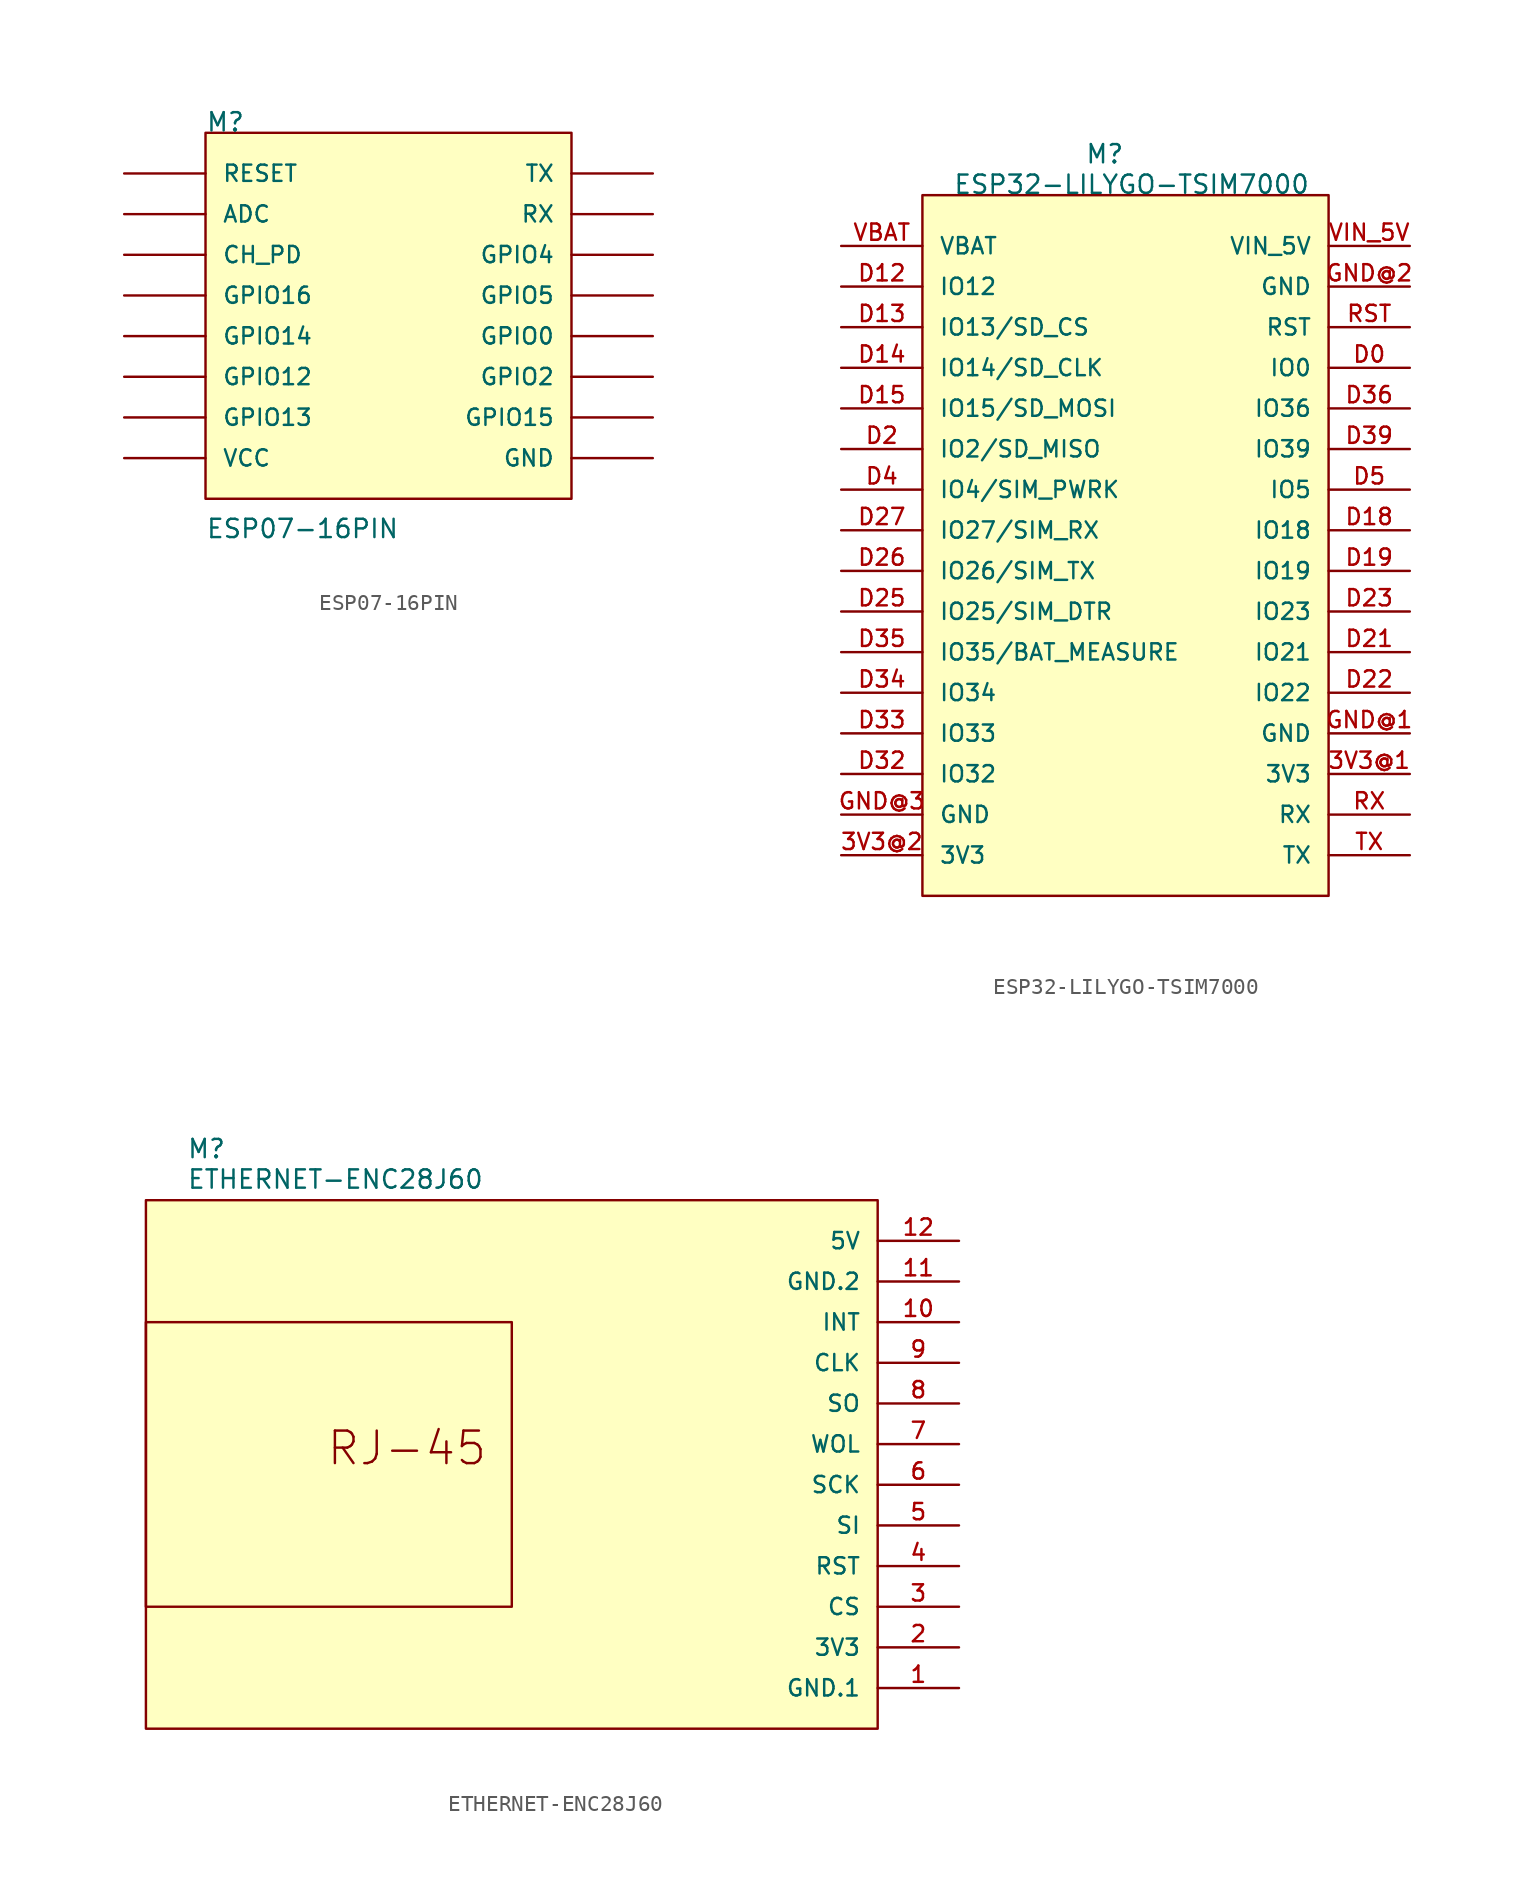
<source format=kicad_sym>
(kicad_symbol_lib
  (version 20211014)
  (generator kicad_symbol_editor)
  (symbol "ESP07-16PIN"
    (pin_numbers hide)
    (pin_names
      (offset 1.016))
    (property "Reference" "M"
      (at -11.43 11.43 0)
      (effects (font (size 1.143 1.143)) (justify left bottom)))
    (property "Value" "ESP07-16PIN"
      (at -11.43 -13.97 0)
      (effects (font (size 1.143 1.143)) (justify left bottom)))
    (property "ki_locked" ""
      (at 0 0 0)
      (effects (font (size 1.27 1.27))))
    (symbol "ESP07-16PIN_1_1"
      (rectangle (start -11.43 11.43) (end 11.43 -11.43) (stroke (width 0) (type default) (color 0 0 0 0)) (fill (type background)))
      (pin bidirectional line (at -16.51 6.35 0) (length 5.08) (name "ADC" (effects (font (size 1.016 1.016)))) (number "ADC" (effects (font (size 1.016 1.016)))))
      (pin bidirectional line (at -16.51 3.81 0) (length 5.08) (name "CH_PD" (effects (font (size 1.016 1.016)))) (number "CH_PD" (effects (font (size 1.016 1.016)))))
      (pin bidirectional line (at 16.51 -8.89 180) (length 5.08) (name "GND" (effects (font (size 1.016 1.016)))) (number "GND" (effects (font (size 1.016 1.016)))))
      (pin bidirectional line (at 16.51 -1.27 180) (length 5.08) (name "GPIO0" (effects (font (size 1.016 1.016)))) (number "GPIO0" (effects (font (size 1.016 1.016)))))
      (pin bidirectional line (at -16.51 -3.81 0) (length 5.08) (name "GPIO12" (effects (font (size 1.016 1.016)))) (number "GPIO12" (effects (font (size 1.016 1.016)))))
      (pin bidirectional line (at -16.51 -6.35 0) (length 5.08) (name "GPIO13" (effects (font (size 1.016 1.016)))) (number "GPIO13" (effects (font (size 1.016 1.016)))))
      (pin bidirectional line (at -16.51 -1.27 0) (length 5.08) (name "GPIO14" (effects (font (size 1.016 1.016)))) (number "GPIO14" (effects (font (size 1.016 1.016)))))
      (pin bidirectional line (at 16.51 -6.35 180) (length 5.08) (name "GPIO15" (effects (font (size 1.016 1.016)))) (number "GPIO15" (effects (font (size 1.016 1.016)))))
      (pin bidirectional line (at -16.51 1.27 0) (length 5.08) (name "GPIO16" (effects (font (size 1.016 1.016)))) (number "GPIO16" (effects (font (size 1.016 1.016)))))
      (pin bidirectional line (at 16.51 -3.81 180) (length 5.08) (name "GPIO2" (effects (font (size 1.016 1.016)))) (number "GPIO2" (effects (font (size 1.016 1.016)))))
      (pin bidirectional line (at 16.51 3.81 180) (length 5.08) (name "GPIO4" (effects (font (size 1.016 1.016)))) (number "GPIO4" (effects (font (size 1.016 1.016)))))
      (pin bidirectional line (at 16.51 1.27 180) (length 5.08) (name "GPIO5" (effects (font (size 1.016 1.016)))) (number "GPIO5" (effects (font (size 1.016 1.016)))))
      (pin bidirectional line (at -16.51 8.89 0) (length 5.08) (name "RESET" (effects (font (size 1.016 1.016)))) (number "REST" (effects (font (size 1.016 1.016)))))
      (pin bidirectional line (at 16.51 6.35 180) (length 5.08) (name "RX" (effects (font (size 1.016 1.016)))) (number "RX" (effects (font (size 1.016 1.016)))))
      (pin bidirectional line (at 16.51 8.89 180) (length 5.08) (name "TX" (effects (font (size 1.016 1.016)))) (number "TX" (effects (font (size 1.016 1.016)))))
      (pin bidirectional line (at -16.51 -8.89 0) (length 5.08) (name "VCC" (effects (font (size 1.016 1.016)))) (number "VCC" (effects (font (size 1.016 1.016)))))))
  (symbol "ESP32-LILYGO-TSIM7000"
    (pin_names
      (offset 1.016))
    (property "Reference" "M"
      (at -2.54 26.67 0)
      (effects (font (size 1.143 1.143)) (justify left bottom)))
    (property "Value" "ESP32-LILYGO-TSIM7000"
      (at -10.795 24.765 0)
      (effects (font (size 1.143 1.143)) (justify left bottom)))
    (symbol "ESP32-LILYGO-TSIM7000_1_0"
      (rectangle (start -12.7 24.765) (end 12.7 -19.05) (stroke (width 0) (type default) (color 0 0 0 0)) (fill (type background))))
    (symbol "ESP32-LILYGO-TSIM7000_1_1"
      (pin bidirectional line (at 17.78 -11.43 180) (length 5.08) (name "3V3" (effects (font (size 1.016 1.016)))) (number "3V3@1" (effects (font (size 1.016 1.016)))))
      (pin bidirectional line (at -17.78 -16.51 0) (length 5.08) (name "3V3" (effects (font (size 1.016 1.016)))) (number "3V3@2" (effects (font (size 1.016 1.016)))))
      (pin bidirectional line (at 17.78 13.97 180) (length 5.08) (name "IO0" (effects (font (size 1.016 1.016)))) (number "D0" (effects (font (size 1.016 1.016)))))
      (pin bidirectional line (at -17.78 19.05 0) (length 5.08) (name "IO12" (effects (font (size 1.016 1.016)))) (number "D12" (effects (font (size 1.016 1.016)))))
      (pin bidirectional line (at -17.78 16.51 0) (length 5.08) (name "IO13/SD_CS" (effects (font (size 1.016 1.016)))) (number "D13" (effects (font (size 1.016 1.016)))))
      (pin bidirectional line (at -17.78 13.97 0) (length 5.08) (name "IO14/SD_CLK" (effects (font (size 1.016 1.016)))) (number "D14" (effects (font (size 1.016 1.016)))))
      (pin bidirectional line (at -17.78 11.43 0) (length 5.08) (name "IO15/SD_MOSI" (effects (font (size 1.016 1.016)))) (number "D15" (effects (font (size 1.016 1.016)))))
      (pin bidirectional line (at 17.78 3.81 180) (length 5.08) (name "IO18" (effects (font (size 1.016 1.016)))) (number "D18" (effects (font (size 1.016 1.016)))))
      (pin bidirectional line (at 17.78 1.27 180) (length 5.08) (name "IO19" (effects (font (size 1.016 1.016)))) (number "D19" (effects (font (size 1.016 1.016)))))
      (pin bidirectional line (at -17.78 8.89 0) (length 5.08) (name "IO2/SD_MISO" (effects (font (size 1.016 1.016)))) (number "D2" (effects (font (size 1.016 1.016)))))
      (pin bidirectional line (at 17.78 -3.81 180) (length 5.08) (name "IO21" (effects (font (size 1.016 1.016)))) (number "D21" (effects (font (size 1.016 1.016)))))
      (pin bidirectional line (at 17.78 -6.35 180) (length 5.08) (name "IO22" (effects (font (size 1.016 1.016)))) (number "D22" (effects (font (size 1.016 1.016)))))
      (pin bidirectional line (at 17.78 -1.27 180) (length 5.08) (name "IO23" (effects (font (size 1.016 1.016)))) (number "D23" (effects (font (size 1.016 1.016)))))
      (pin bidirectional line (at -17.78 -1.27 0) (length 5.08) (name "IO25/SIM_DTR" (effects (font (size 1.016 1.016)))) (number "D25" (effects (font (size 1.016 1.016)))))
      (pin bidirectional line (at -17.78 1.27 0) (length 5.08) (name "IO26/SIM_TX" (effects (font (size 1.016 1.016)))) (number "D26" (effects (font (size 1.016 1.016)))))
      (pin bidirectional line (at -17.78 3.81 0) (length 5.08) (name "IO27/SIM_RX" (effects (font (size 1.016 1.016)))) (number "D27" (effects (font (size 1.016 1.016)))))
      (pin bidirectional line (at -17.78 -11.43 0) (length 5.08) (name "IO32" (effects (font (size 1.016 1.016)))) (number "D32" (effects (font (size 1.016 1.016)))))
      (pin bidirectional line (at -17.78 -8.89 0) (length 5.08) (name "IO33" (effects (font (size 1.016 1.016)))) (number "D33" (effects (font (size 1.016 1.016)))))
      (pin bidirectional line (at -17.78 -6.35 0) (length 5.08) (name "IO34" (effects (font (size 1.016 1.016)))) (number "D34" (effects (font (size 1.016 1.016)))))
      (pin bidirectional line (at -17.78 -3.81 0) (length 5.08) (name "IO35/BAT_MEASURE" (effects (font (size 1.016 1.016)))) (number "D35" (effects (font (size 1.016 1.016)))))
      (pin bidirectional line (at 17.78 11.43 180) (length 5.08) (name "IO36" (effects (font (size 1.016 1.016)))) (number "D36" (effects (font (size 1.016 1.016)))))
      (pin bidirectional line (at 17.78 8.89 180) (length 5.08) (name "IO39" (effects (font (size 1.016 1.016)))) (number "D39" (effects (font (size 1.016 1.016)))))
      (pin bidirectional line (at -17.78 6.35 0) (length 5.08) (name "IO4/SIM_PWRK" (effects (font (size 1.016 1.016)))) (number "D4" (effects (font (size 1.016 1.016)))))
      (pin bidirectional line (at 17.78 6.35 180) (length 5.08) (name "IO5" (effects (font (size 1.016 1.016)))) (number "D5" (effects (font (size 1.016 1.016)))))
      (pin bidirectional line (at 17.78 -8.89 180) (length 5.08) (name "GND" (effects (font (size 1.016 1.016)))) (number "GND@1" (effects (font (size 1.016 1.016)))))
      (pin bidirectional line (at 17.78 19.05 180) (length 5.08) (name "GND" (effects (font (size 1.016 1.016)))) (number "GND@2" (effects (font (size 1.016 1.016)))))
      (pin bidirectional line (at -17.78 -13.97 0) (length 5.08) (name "GND" (effects (font (size 1.016 1.016)))) (number "GND@3" (effects (font (size 1.016 1.016)))))
      (pin bidirectional line (at 17.78 16.51 180) (length 5.08) (name "RST" (effects (font (size 1.016 1.016)))) (number "RST" (effects (font (size 1.016 1.016)))))
      (pin bidirectional line (at 17.78 -13.97 180) (length 5.08) (name "RX" (effects (font (size 1.016 1.016)))) (number "RX" (effects (font (size 1.016 1.016)))))
      (pin bidirectional line (at 17.78 -16.51 180) (length 5.08) (name "TX" (effects (font (size 1.016 1.016)))) (number "TX" (effects (font (size 1.016 1.016)))))
      (pin bidirectional line (at -17.78 21.59 0) (length 5.08) (name "VBAT" (effects (font (size 1.016 1.016)))) (number "VBAT" (effects (font (size 1.016 1.016)))))
      (pin bidirectional line (at 17.78 21.59 180) (length 5.08) (name "VIN_5V" (effects (font (size 1.016 1.016)))) (number "VIN_5V" (effects (font (size 1.016 1.016)))))))
  (symbol "ETHERNET-ENC28J60"
    (pin_names
      (offset 1.016))
    (property "Reference" "M"
      (at -22.86 20.32 0)
      (effects (font (size 1.143 1.143)) (justify left bottom)))
    (property "Value" "ETHERNET-ENC28J60"
      (at -22.86 18.415 0)
      (effects (font (size 1.143 1.143)) (justify left bottom)))
    (property "ki_locked" ""
      (at 0 0 0)
      (effects (font (size 1.27 1.27))))
    (symbol "ETHERNET-ENC28J60_1_0"
      (rectangle (start -2.54 10.16) (end -25.4 -7.62) (stroke (width 0) (type default) (color 0 0 0 0)) (fill (type none)))
      (rectangle (start 20.32 17.78) (end -25.4 -15.24) (stroke (width 0) (type default) (color 0 0 0 0)) (fill (type background)))
      (text "RJ-45" (at -9.093 2.286 0) (effects (font (size 2.032 2.032)))))
    (symbol "ETHERNET-ENC28J60_1_1"
      (pin power_in line (at 25.4 -12.7 180) (length 5.08) (name "GND.1" (effects (font (size 1.016 1.016)))) (number "1" (effects (font (size 1.016 1.016)))))
      (pin bidirectional line (at 25.4 10.16 180) (length 5.08) (name "INT" (effects (font (size 1.016 1.016)))) (number "10" (effects (font (size 1.016 1.016)))))
      (pin power_in line (at 25.4 12.7 180) (length 5.08) (name "GND.2" (effects (font (size 1.016 1.016)))) (number "11" (effects (font (size 1.016 1.016)))))
      (pin power_in line (at 25.4 15.24 180) (length 5.08) (name "5V" (effects (font (size 1.016 1.016)))) (number "12" (effects (font (size 1.016 1.016)))))
      (pin power_in line (at 25.4 -10.16 180) (length 5.08) (name "3V3" (effects (font (size 1.016 1.016)))) (number "2" (effects (font (size 1.016 1.016)))))
      (pin bidirectional line (at 25.4 -7.62 180) (length 5.08) (name "CS" (effects (font (size 1.016 1.016)))) (number "3" (effects (font (size 1.016 1.016)))))
      (pin bidirectional line (at 25.4 -5.08 180) (length 5.08) (name "RST" (effects (font (size 1.016 1.016)))) (number "4" (effects (font (size 1.016 1.016)))))
      (pin bidirectional line (at 25.4 -2.54 180) (length 5.08) (name "SI" (effects (font (size 1.016 1.016)))) (number "5" (effects (font (size 1.016 1.016)))))
      (pin bidirectional line (at 25.4 0 180) (length 5.08) (name "SCK" (effects (font (size 1.016 1.016)))) (number "6" (effects (font (size 1.016 1.016)))))
      (pin bidirectional line (at 25.4 2.54 180) (length 5.08) (name "WOL" (effects (font (size 1.016 1.016)))) (number "7" (effects (font (size 1.016 1.016)))))
      (pin bidirectional line (at 25.4 5.08 180) (length 5.08) (name "SO" (effects (font (size 1.016 1.016)))) (number "8" (effects (font (size 1.016 1.016)))))
      (pin bidirectional line (at 25.4 7.62 180) (length 5.08) (name "CLK" (effects (font (size 1.016 1.016)))) (number "9" (effects (font (size 1.016 1.016))))))))
</source>
